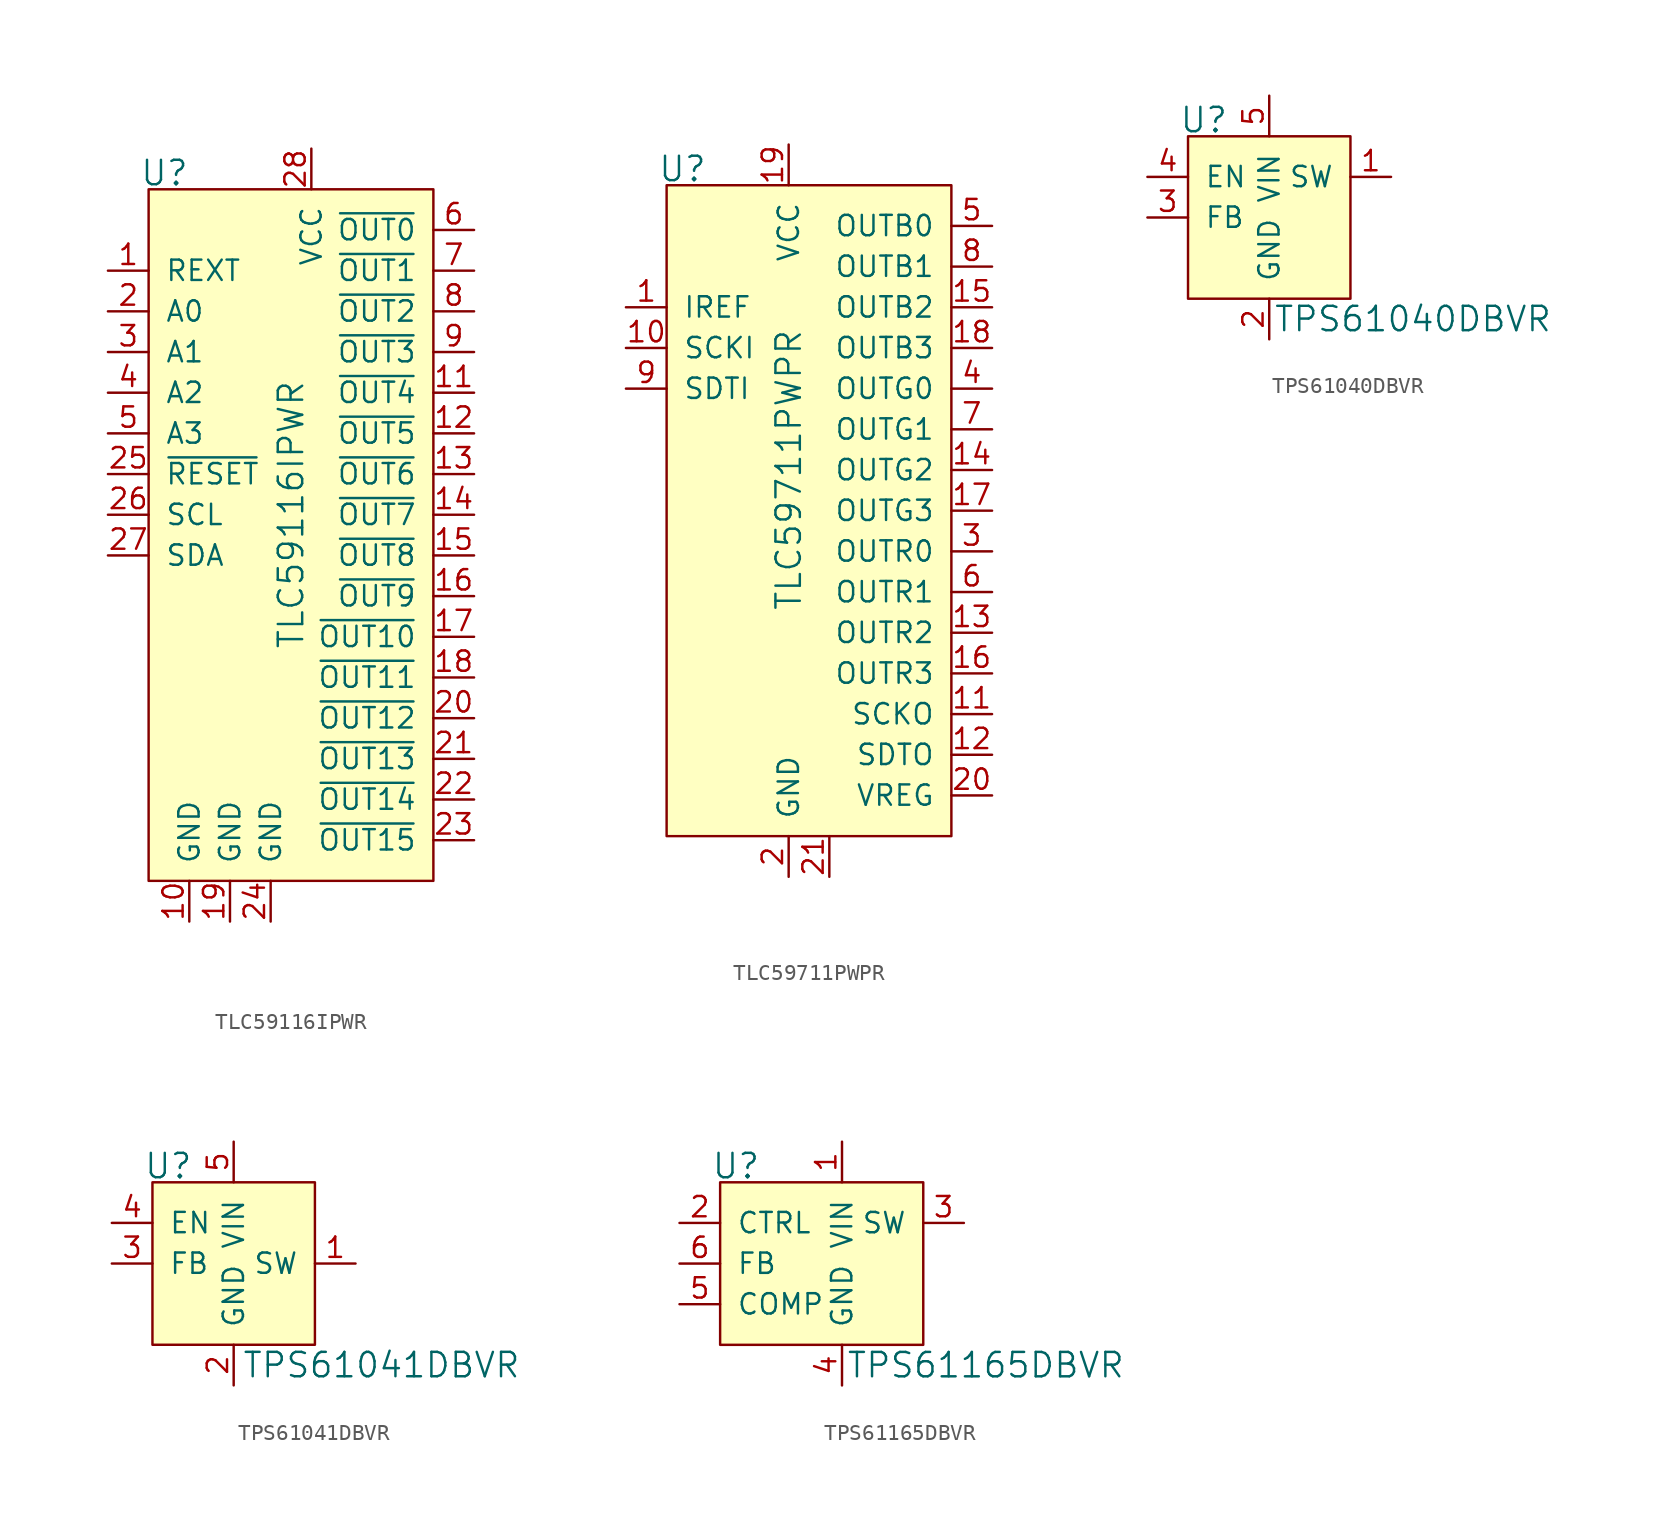
<source format=kicad_sym>
(kicad_symbol_lib
  (version 20231120)
  (generator "kicad_symbol_editor")
  (generator_version "8.0")
  (symbol "TLC59116IPWR"
    (pin_names
      (offset 1.016))
    (property "Reference" "U"
      (at -12.7 11.176 0)
      (effects (font (size 1.524 1.524)) (justify right)))
    (property "Value" "TLC59116IPWR"
      (at -6.35 -10.16 90)
      (effects (font (size 1.524 1.524))))
    (symbol "TLC59116IPWR_0_1"
      (rectangle (start -15.24 10.16) (end 2.54 -33.02) (stroke (width 0) (type default)) (fill (type background))))
    (symbol "TLC59116IPWR_1_1"
      (pin passive line (at -17.78 5.08 0) (length 2.54) (name "REXT" (effects (font (size 1.27 1.27)))) (number "1" (effects (font (size 1.27 1.27)))))
      (pin power_in line (at -12.7 -35.56 90) (length 2.54) (name "GND" (effects (font (size 1.27 1.27)))) (number "10" (effects (font (size 1.27 1.27)))))
      (pin power_out line (at 5.08 -2.54 180) (length 2.54) (name "~{OUT4}" (effects (font (size 1.27 1.27)))) (number "11" (effects (font (size 1.27 1.27)))))
      (pin power_out line (at 5.08 -5.08 180) (length 2.54) (name "~{OUT5}" (effects (font (size 1.27 1.27)))) (number "12" (effects (font (size 1.27 1.27)))))
      (pin power_out line (at 5.08 -7.62 180) (length 2.54) (name "~{OUT6}" (effects (font (size 1.27 1.27)))) (number "13" (effects (font (size 1.27 1.27)))))
      (pin power_out line (at 5.08 -10.16 180) (length 2.54) (name "~{OUT7}" (effects (font (size 1.27 1.27)))) (number "14" (effects (font (size 1.27 1.27)))))
      (pin power_out line (at 5.08 -12.7 180) (length 2.54) (name "~{OUT8}" (effects (font (size 1.27 1.27)))) (number "15" (effects (font (size 1.27 1.27)))))
      (pin power_out line (at 5.08 -15.24 180) (length 2.54) (name "~{OUT9}" (effects (font (size 1.27 1.27)))) (number "16" (effects (font (size 1.27 1.27)))))
      (pin power_out line (at 5.08 -17.78 180) (length 2.54) (name "~{OUT10}" (effects (font (size 1.27 1.27)))) (number "17" (effects (font (size 1.27 1.27)))))
      (pin power_out line (at 5.08 -20.32 180) (length 2.54) (name "~{OUT11}" (effects (font (size 1.27 1.27)))) (number "18" (effects (font (size 1.27 1.27)))))
      (pin power_in line (at -10.16 -35.56 90) (length 2.54) (name "GND" (effects (font (size 1.27 1.27)))) (number "19" (effects (font (size 1.27 1.27)))))
      (pin input line (at -17.78 2.54 0) (length 2.54) (name "A0" (effects (font (size 1.27 1.27)))) (number "2" (effects (font (size 1.27 1.27)))))
      (pin power_out line (at 5.08 -22.86 180) (length 2.54) (name "~{OUT12}" (effects (font (size 1.27 1.27)))) (number "20" (effects (font (size 1.27 1.27)))))
      (pin power_out line (at 5.08 -25.4 180) (length 2.54) (name "~{OUT13}" (effects (font (size 1.27 1.27)))) (number "21" (effects (font (size 1.27 1.27)))))
      (pin power_out line (at 5.08 -27.94 180) (length 2.54) (name "~{OUT14}" (effects (font (size 1.27 1.27)))) (number "22" (effects (font (size 1.27 1.27)))))
      (pin power_out line (at 5.08 -30.48 180) (length 2.54) (name "~{OUT15}" (effects (font (size 1.27 1.27)))) (number "23" (effects (font (size 1.27 1.27)))))
      (pin power_in line (at -7.62 -35.56 90) (length 2.54) (name "GND" (effects (font (size 1.27 1.27)))) (number "24" (effects (font (size 1.27 1.27)))))
      (pin input line (at -17.78 -7.62 0) (length 2.54) (name "~{RESET}" (effects (font (size 1.27 1.27)))) (number "25" (effects (font (size 1.27 1.27)))))
      (pin input line (at -17.78 -10.16 0) (length 2.54) (name "SCL" (effects (font (size 1.27 1.27)))) (number "26" (effects (font (size 1.27 1.27)))))
      (pin bidirectional line (at -17.78 -12.7 0) (length 2.54) (name "SDA" (effects (font (size 1.27 1.27)))) (number "27" (effects (font (size 1.27 1.27)))))
      (pin power_in line (at -5.08 12.7 270) (length 2.54) (name "VCC" (effects (font (size 1.27 1.27)))) (number "28" (effects (font (size 1.27 1.27)))))
      (pin input line (at -17.78 0 0) (length 2.54) (name "A1" (effects (font (size 1.27 1.27)))) (number "3" (effects (font (size 1.27 1.27)))))
      (pin input line (at -17.78 -2.54 0) (length 2.54) (name "A2" (effects (font (size 1.27 1.27)))) (number "4" (effects (font (size 1.27 1.27)))))
      (pin input line (at -17.78 -5.08 0) (length 2.54) (name "A3" (effects (font (size 1.27 1.27)))) (number "5" (effects (font (size 1.27 1.27)))))
      (pin power_out line (at 5.08 7.62 180) (length 2.54) (name "~{OUT0}" (effects (font (size 1.27 1.27)))) (number "6" (effects (font (size 1.27 1.27)))))
      (pin power_out line (at 5.08 5.08 180) (length 2.54) (name "~{OUT1}" (effects (font (size 1.27 1.27)))) (number "7" (effects (font (size 1.27 1.27)))))
      (pin power_out line (at 5.08 2.54 180) (length 2.54) (name "~{OUT2}" (effects (font (size 1.27 1.27)))) (number "8" (effects (font (size 1.27 1.27)))))
      (pin power_out line (at 5.08 0 180) (length 2.54) (name "~{OUT3}" (effects (font (size 1.27 1.27)))) (number "9" (effects (font (size 1.27 1.27)))))))
  (symbol "TLC59711PWPR"
    (pin_names
      (offset 1.016))
    (property "Reference" "U"
      (at -5.08 11.176 0)
      (effects (font (size 1.524 1.524)) (justify right)))
    (property "Value" "TLC59711PWPR"
      (at 0 -7.62 90)
      (effects (font (size 1.524 1.524))))
    (symbol "TLC59711PWPR_0_1"
      (rectangle (start -7.62 10.16) (end 10.16 -30.48) (stroke (width 0) (type default)) (fill (type background))))
    (symbol "TLC59711PWPR_1_1"
      (pin passive line (at -10.16 2.54 0) (length 2.54) (name "IREF" (effects (font (size 1.27 1.27)))) (number "1" (effects (font (size 1.27 1.27)))))
      (pin input line (at -10.16 0 0) (length 2.54) (name "SCKI" (effects (font (size 1.27 1.27)))) (number "10" (effects (font (size 1.27 1.27)))))
      (pin output line (at 12.7 -22.86 180) (length 2.54) (name "SCKO" (effects (font (size 1.27 1.27)))) (number "11" (effects (font (size 1.27 1.27)))))
      (pin output line (at 12.7 -25.4 180) (length 2.54) (name "SDTO" (effects (font (size 1.27 1.27)))) (number "12" (effects (font (size 1.27 1.27)))))
      (pin power_out line (at 12.7 -17.78 180) (length 2.54) (name "OUTR2" (effects (font (size 1.27 1.27)))) (number "13" (effects (font (size 1.27 1.27)))))
      (pin power_out line (at 12.7 -7.62 180) (length 2.54) (name "OUTG2" (effects (font (size 1.27 1.27)))) (number "14" (effects (font (size 1.27 1.27)))))
      (pin power_out line (at 12.7 2.54 180) (length 2.54) (name "OUTB2" (effects (font (size 1.27 1.27)))) (number "15" (effects (font (size 1.27 1.27)))))
      (pin power_out line (at 12.7 -20.32 180) (length 2.54) (name "OUTR3" (effects (font (size 1.27 1.27)))) (number "16" (effects (font (size 1.27 1.27)))))
      (pin power_out line (at 12.7 -10.16 180) (length 2.54) (name "OUTG3" (effects (font (size 1.27 1.27)))) (number "17" (effects (font (size 1.27 1.27)))))
      (pin power_out line (at 12.7 0 180) (length 2.54) (name "OUTB3" (effects (font (size 1.27 1.27)))) (number "18" (effects (font (size 1.27 1.27)))))
      (pin power_in line (at 0 12.7 270) (length 2.54) (name "VCC" (effects (font (size 1.27 1.27)))) (number "19" (effects (font (size 1.27 1.27)))))
      (pin power_in line (at 0 -33.02 90) (length 2.54) (name "GND" (effects (font (size 1.27 1.27)))) (number "2" (effects (font (size 1.27 1.27)))))
      (pin power_out line (at 12.7 -27.94 180) (length 2.54) (name "VREG" (effects (font (size 1.27 1.27)))) (number "20" (effects (font (size 1.27 1.27)))))
      (pin power_in line (at 2.54 -33.02 90) (length 2.54) (name "~" (effects (font (size 1.27 1.27)))) (number "21" (effects (font (size 1.27 1.27)))))
      (pin power_out line (at 12.7 -12.7 180) (length 2.54) (name "OUTR0" (effects (font (size 1.27 1.27)))) (number "3" (effects (font (size 1.27 1.27)))))
      (pin power_out line (at 12.7 -2.54 180) (length 2.54) (name "OUTG0" (effects (font (size 1.27 1.27)))) (number "4" (effects (font (size 1.27 1.27)))))
      (pin power_out line (at 12.7 7.62 180) (length 2.54) (name "OUTB0" (effects (font (size 1.27 1.27)))) (number "5" (effects (font (size 1.27 1.27)))))
      (pin power_out line (at 12.7 -15.24 180) (length 2.54) (name "OUTR1" (effects (font (size 1.27 1.27)))) (number "6" (effects (font (size 1.27 1.27)))))
      (pin power_out line (at 12.7 -5.08 180) (length 2.54) (name "OUTG1" (effects (font (size 1.27 1.27)))) (number "7" (effects (font (size 1.27 1.27)))))
      (pin power_out line (at 12.7 5.08 180) (length 2.54) (name "OUTB1" (effects (font (size 1.27 1.27)))) (number "8" (effects (font (size 1.27 1.27)))))
      (pin input line (at -10.16 -2.54 0) (length 2.54) (name "SDTI" (effects (font (size 1.27 1.27)))) (number "9" (effects (font (size 1.27 1.27)))))))
  (symbol "TPS61040DBVR"
    (pin_names
      (offset 1.016))
    (property "Reference" "U"
      (at -2.54 6.096 0)
      (effects (font (size 1.524 1.524)) (justify right)))
    (property "Value" "TPS61040DBVR"
      (at 0.254 -6.35 0)
      (effects (font (size 1.524 1.524)) (justify left)))
    (symbol "TPS61040DBVR_0_1"
      (rectangle (start -5.08 5.08) (end 5.08 -5.08) (stroke (width 0) (type default)) (fill (type background))))
    (symbol "TPS61040DBVR_1_1"
      (pin power_out line (at 7.62 2.54 180) (length 2.54) (name "SW" (effects (font (size 1.27 1.27)))) (number "1" (effects (font (size 1.27 1.27)))))
      (pin power_in line (at 0 -7.62 90) (length 2.54) (name "GND" (effects (font (size 1.27 1.27)))) (number "2" (effects (font (size 1.27 1.27)))))
      (pin passive line (at -7.62 0 0) (length 2.54) (name "FB" (effects (font (size 1.27 1.27)))) (number "3" (effects (font (size 1.27 1.27)))))
      (pin input line (at -7.62 2.54 0) (length 2.54) (name "EN" (effects (font (size 1.27 1.27)))) (number "4" (effects (font (size 1.27 1.27)))))
      (pin power_in line (at 0 7.62 270) (length 2.54) (name "VIN" (effects (font (size 1.27 1.27)))) (number "5" (effects (font (size 1.27 1.27)))))))
  (symbol "TPS61041DBVR"
    (pin_names
      (offset 1.016))
    (property "Reference" "U"
      (at -2.54 6.096 0)
      (effects (font (size 1.524 1.524)) (justify right)))
    (property "Value" "TPS61041DBVR"
      (at 0.508 -6.35 0)
      (effects (font (size 1.524 1.524)) (justify left)))
    (symbol "TPS61041DBVR_0_1"
      (rectangle (start -5.08 5.08) (end 5.08 -5.08) (stroke (width 0) (type default)) (fill (type background))))
    (symbol "TPS61041DBVR_1_1"
      (pin power_out line (at 7.62 0 180) (length 2.54) (name "SW" (effects (font (size 1.27 1.27)))) (number "1" (effects (font (size 1.27 1.27)))))
      (pin power_in line (at 0 -7.62 90) (length 2.54) (name "GND" (effects (font (size 1.27 1.27)))) (number "2" (effects (font (size 1.27 1.27)))))
      (pin passive line (at -7.62 0 0) (length 2.54) (name "FB" (effects (font (size 1.27 1.27)))) (number "3" (effects (font (size 1.27 1.27)))))
      (pin input line (at -7.62 2.54 0) (length 2.54) (name "EN" (effects (font (size 1.27 1.27)))) (number "4" (effects (font (size 1.27 1.27)))))
      (pin power_in line (at 0 7.62 270) (length 2.54) (name "VIN" (effects (font (size 1.27 1.27)))) (number "5" (effects (font (size 1.27 1.27)))))))
  (symbol "TPS61165DBVR"
    (pin_names
      (offset 1.016))
    (property "Reference" "U"
      (at -5.08 6.096 0)
      (effects (font (size 1.524 1.524)) (justify right)))
    (property "Value" "TPS61165DBVR"
      (at 0.254 -6.35 0)
      (effects (font (size 1.524 1.524)) (justify left)))
    (symbol "TPS61165DBVR_1_1"
      (rectangle (start -7.62 5.08) (end 5.08 -5.08) (stroke (width 0) (type default)) (fill (type background)))
      (pin power_in line (at 0 7.62 270) (length 2.54) (name "VIN" (effects (font (size 1.27 1.27)))) (number "1" (effects (font (size 1.27 1.27)))))
      (pin input line (at -10.16 2.54 0) (length 2.54) (name "CTRL" (effects (font (size 1.27 1.27)))) (number "2" (effects (font (size 1.27 1.27)))))
      (pin power_out line (at 7.62 2.54 180) (length 2.54) (name "SW" (effects (font (size 1.27 1.27)))) (number "3" (effects (font (size 1.27 1.27)))))
      (pin power_in line (at 0 -7.62 90) (length 2.54) (name "GND" (effects (font (size 1.27 1.27)))) (number "4" (effects (font (size 1.27 1.27)))))
      (pin passive line (at -10.16 -2.54 0) (length 2.54) (name "COMP" (effects (font (size 1.27 1.27)))) (number "5" (effects (font (size 1.27 1.27)))))
      (pin passive line (at -10.16 0 0) (length 2.54) (name "FB" (effects (font (size 1.27 1.27)))) (number "6" (effects (font (size 1.27 1.27))))))))
</source>
